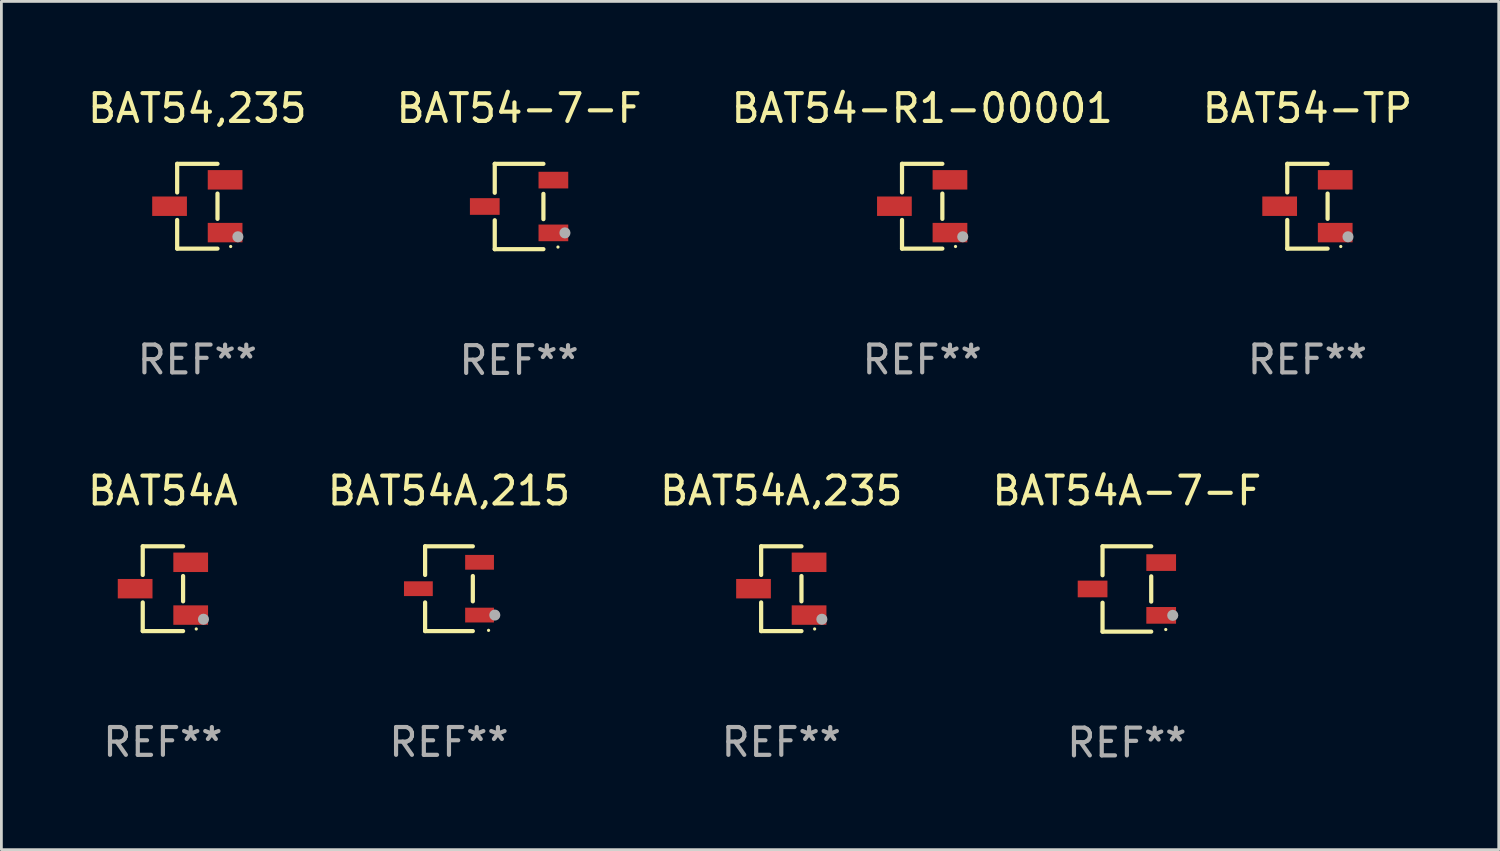
<source format=kicad_pcb>
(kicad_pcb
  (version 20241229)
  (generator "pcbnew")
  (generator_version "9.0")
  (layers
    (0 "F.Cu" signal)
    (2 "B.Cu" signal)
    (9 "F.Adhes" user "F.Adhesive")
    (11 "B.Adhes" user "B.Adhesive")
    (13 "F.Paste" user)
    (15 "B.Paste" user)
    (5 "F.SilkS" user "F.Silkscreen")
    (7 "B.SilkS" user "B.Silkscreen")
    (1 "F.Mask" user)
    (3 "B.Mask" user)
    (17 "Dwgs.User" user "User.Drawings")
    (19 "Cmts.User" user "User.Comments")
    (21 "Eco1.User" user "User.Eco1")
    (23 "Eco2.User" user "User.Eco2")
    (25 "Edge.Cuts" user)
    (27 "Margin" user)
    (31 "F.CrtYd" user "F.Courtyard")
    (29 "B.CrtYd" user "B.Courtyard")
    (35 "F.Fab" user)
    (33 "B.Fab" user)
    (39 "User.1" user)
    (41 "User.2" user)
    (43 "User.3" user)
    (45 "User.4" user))
  (footprint "BAT54A,215"
    (layer "F.Cu")
    (at 13.113 18.143)
    (property "Reference" "BAT54A,215" (at 0 -3.526 0) (layer "F.SilkS") (effects (font (size 1 1) (thickness 0.15))))
    (attr through_hole)
    (fp_line (start -0.859 -1.526) (end -0.859 -0.495) (stroke (width 0.152) (type solid)) (layer "F.SilkS"))
    (fp_line (start -0.859 1.526) (end -0.859 0.495) (stroke (width 0.152) (type solid)) (layer "F.SilkS"))
    (fp_line (start 0.859 -1.526) (end -0.859 -1.526) (stroke (width 0.152) (type solid)) (layer "F.SilkS"))
    (fp_line (start 0.859 -0.455) (end 0.859 0.455) (stroke (width 0.152) (type solid)) (layer "F.SilkS"))
    (fp_line (start 0.859 1.526) (end -0.859 1.526) (stroke (width 0.152) (type solid)) (layer "F.SilkS"))
    (fp_circle (center 1.425 1.5) (end 1.455 1.5) (stroke (width 0.06) (type solid)) (fill no) (layer "F.SilkS"))
    (fp_circle (center 1.65 0.95) (end 1.75 0.95) (stroke (width 0.2) (type solid)) (fill no) (layer "F.Fab"))
    (fp_text user "REF**" (at 0 5.526 0) (layer "F.Fab") (effects (font (size 1 1) (thickness 0.15))))
    (pad "1" smd rect (at 1.101 0.95) (size 1.037 0.532) (layers "F.Cu" "F.Mask" "F.Paste"))
    (pad "2" smd rect (at 1.101 -0.95) (size 1.037 0.532) (layers "F.Cu" "F.Mask" "F.Paste"))
    (pad "3" smd rect (at -1.101 0) (size 1.037 0.532) (layers "F.Cu" "F.Mask" "F.Paste")))
  (footprint "BAT54-7-F"
    (layer "F.Cu")
    (at 15.637 4.384)
    (property "Reference" "BAT54-7-F" (at 0 -3.536 0) (layer "F.SilkS") (effects (font (size 1 1) (thickness 0.15))))
    (attr through_hole)
    (fp_line (start -0.876 -1.536) (end -0.876 -0.495) (stroke (width 0.152) (type solid)) (layer "F.SilkS"))
    (fp_line (start -0.876 1.536) (end -0.876 0.495) (stroke (width 0.152) (type solid)) (layer "F.SilkS"))
    (fp_line (start 0.876 -1.536) (end -0.876 -1.536) (stroke (width 0.152) (type solid)) (layer "F.SilkS"))
    (fp_line (start 0.876 -0.455) (end 0.876 0.455) (stroke (width 0.152) (type solid)) (layer "F.SilkS"))
    (fp_line (start 0.876 1.536) (end -0.876 1.536) (stroke (width 0.152) (type solid)) (layer "F.SilkS"))
    (fp_circle (center 1.4 1.46) (end 1.43 1.46) (stroke (width 0.06) (type solid)) (fill no) (layer "F.SilkS"))
    (fp_circle (center 1.651 0.95) (end 1.751 0.95) (stroke (width 0.2) (type solid)) (fill no) (layer "F.Fab"))
    (fp_text user "REF**" (at 0 5.536 0) (layer "F.Fab") (effects (font (size 1 1) (thickness 0.15))))
    (pad "1" smd rect (at 1.235 0.95) (size 1.07 0.6) (layers "F.Cu" "F.Mask" "F.Paste"))
    (pad "2" smd rect (at 1.235 -0.95) (size 1.07 0.6) (layers "F.Cu" "F.Mask" "F.Paste"))
    (pad "3" smd rect (at -1.235 0) (size 1.07 0.6) (layers "F.Cu" "F.Mask" "F.Paste")))
  (footprint "BAT54-R1-00001"
    (layer "F.Cu")
    (at 30.149 4.374)
    (property "Reference" "BAT54-R1-00001" (at 0 -3.526 0) (layer "F.SilkS") (effects (font (size 1 1) (thickness 0.15))))
    (attr through_hole)
    (fp_line (start -0.726 -1.526) (end -0.726 -0.495) (stroke (width 0.152) (type solid)) (layer "F.SilkS"))
    (fp_line (start -0.726 1.526) (end -0.726 0.495) (stroke (width 0.152) (type solid)) (layer "F.SilkS"))
    (fp_line (start 0.726 -1.526) (end -0.726 -1.526) (stroke (width 0.152) (type solid)) (layer "F.SilkS"))
    (fp_line (start 0.726 -0.455) (end 0.726 0.455) (stroke (width 0.152) (type solid)) (layer "F.SilkS"))
    (fp_line (start 0.726 1.526) (end -0.726 1.526) (stroke (width 0.152) (type solid)) (layer "F.SilkS"))
    (fp_circle (center 1.2 1.45) (end 1.23 1.45) (stroke (width 0.06) (type solid)) (fill no) (layer "F.SilkS"))
    (fp_circle (center 1.46 1.1) (end 1.56 1.1) (stroke (width 0.2) (type solid)) (fill no) (layer "F.Fab"))
    (fp_text user "REF**" (at 0 5.526 0) (layer "F.Fab") (effects (font (size 1 1) (thickness 0.15))))
    (pad "1" smd rect (at 1 0.95) (size 1.25 0.7) (layers "F.Cu" "F.Mask" "F.Paste"))
    (pad "2" smd rect (at 1 -0.95) (size 1.25 0.7) (layers "F.Cu" "F.Mask" "F.Paste"))
    (pad "3" smd rect (at -1 0) (size 1.25 0.7) (layers "F.Cu" "F.Mask" "F.Paste")))
  (footprint "BAT54A"
    (layer "F.Cu")
    (at 2.815 18.143)
    (property "Reference" "BAT54A" (at 0 -3.526 0) (layer "F.SilkS") (effects (font (size 1 1) (thickness 0.15))))
    (attr through_hole)
    (fp_line (start -0.726 -1.526) (end -0.726 -0.495) (stroke (width 0.152) (type solid)) (layer "F.SilkS"))
    (fp_line (start -0.726 1.526) (end -0.726 0.495) (stroke (width 0.152) (type solid)) (layer "F.SilkS"))
    (fp_line (start 0.726 -1.526) (end -0.726 -1.526) (stroke (width 0.152) (type solid)) (layer "F.SilkS"))
    (fp_line (start 0.726 -0.455) (end 0.726 0.455) (stroke (width 0.152) (type solid)) (layer "F.SilkS"))
    (fp_line (start 0.726 1.526) (end -0.726 1.526) (stroke (width 0.152) (type solid)) (layer "F.SilkS"))
    (fp_circle (center 1.2 1.45) (end 1.23 1.45) (stroke (width 0.06) (type solid)) (fill no) (layer "F.SilkS"))
    (fp_circle (center 1.46 1.1) (end 1.56 1.1) (stroke (width 0.2) (type solid)) (fill no) (layer "F.Fab"))
    (fp_text user "REF**" (at 0 5.526 0) (layer "F.Fab") (effects (font (size 1 1) (thickness 0.15))))
    (pad "1" smd rect (at 1 0.95) (size 1.25 0.7) (layers "F.Cu" "F.Mask" "F.Paste"))
    (pad "2" smd rect (at 1 -0.95) (size 1.25 0.7) (layers "F.Cu" "F.Mask" "F.Paste"))
    (pad "3" smd rect (at -1 0) (size 1.25 0.7) (layers "F.Cu" "F.Mask" "F.Paste")))
  (footprint "BAT54-TP"
    (layer "F.Cu")
    (at 44.018 4.374)
    (property "Reference" "BAT54-TP" (at 0 -3.526 0) (layer "F.SilkS") (effects (font (size 1 1) (thickness 0.15))))
    (attr through_hole)
    (fp_line (start -0.726 -1.526) (end -0.726 -0.495) (stroke (width 0.152) (type solid)) (layer "F.SilkS"))
    (fp_line (start -0.726 1.526) (end -0.726 0.495) (stroke (width 0.152) (type solid)) (layer "F.SilkS"))
    (fp_line (start 0.726 -1.526) (end -0.726 -1.526) (stroke (width 0.152) (type solid)) (layer "F.SilkS"))
    (fp_line (start 0.726 -0.455) (end 0.726 0.455) (stroke (width 0.152) (type solid)) (layer "F.SilkS"))
    (fp_line (start 0.726 1.526) (end -0.726 1.526) (stroke (width 0.152) (type solid)) (layer "F.SilkS"))
    (fp_circle (center 1.2 1.45) (end 1.23 1.45) (stroke (width 0.06) (type solid)) (fill no) (layer "F.SilkS"))
    (fp_circle (center 1.46 1.1) (end 1.56 1.1) (stroke (width 0.2) (type solid)) (fill no) (layer "F.Fab"))
    (fp_text user "REF**" (at 0 5.526 0) (layer "F.Fab") (effects (font (size 1 1) (thickness 0.15))))
    (pad "1" smd rect (at 1 0.95) (size 1.25 0.7) (layers "F.Cu" "F.Mask" "F.Paste"))
    (pad "2" smd rect (at 1 -0.95) (size 1.25 0.7) (layers "F.Cu" "F.Mask" "F.Paste"))
    (pad "3" smd rect (at -1 0) (size 1.25 0.7) (layers "F.Cu" "F.Mask" "F.Paste")))
  (footprint "BAT54,235"
    (layer "F.Cu")
    (at 4.054 4.374)
    (property "Reference" "BAT54,235" (at 0 -3.526 0) (layer "F.SilkS") (effects (font (size 1 1) (thickness 0.15))))
    (attr through_hole)
    (fp_line (start -0.726 -1.526) (end -0.726 -0.495) (stroke (width 0.152) (type solid)) (layer "F.SilkS"))
    (fp_line (start -0.726 1.526) (end -0.726 0.495) (stroke (width 0.152) (type solid)) (layer "F.SilkS"))
    (fp_line (start 0.726 -1.526) (end -0.726 -1.526) (stroke (width 0.152) (type solid)) (layer "F.SilkS"))
    (fp_line (start 0.726 -0.455) (end 0.726 0.455) (stroke (width 0.152) (type solid)) (layer "F.SilkS"))
    (fp_line (start 0.726 1.526) (end -0.726 1.526) (stroke (width 0.152) (type solid)) (layer "F.SilkS"))
    (fp_circle (center 1.2 1.45) (end 1.23 1.45) (stroke (width 0.06) (type solid)) (fill no) (layer "F.SilkS"))
    (fp_circle (center 1.46 1.1) (end 1.56 1.1) (stroke (width 0.2) (type solid)) (fill no) (layer "F.Fab"))
    (fp_text user "REF**" (at 0 5.526 0) (layer "F.Fab") (effects (font (size 1 1) (thickness 0.15))))
    (pad "1" smd rect (at 1 0.95) (size 1.25 0.7) (layers "F.Cu" "F.Mask" "F.Paste"))
    (pad "2" smd rect (at 1 -0.95) (size 1.25 0.7) (layers "F.Cu" "F.Mask" "F.Paste"))
    (pad "3" smd rect (at -1 0) (size 1.25 0.7) (layers "F.Cu" "F.Mask" "F.Paste")))
  (footprint "BAT54A,235"
    (layer "F.Cu")
    (at 25.077 18.143)
    (property "Reference" "BAT54A,235" (at 0 -3.526 0) (layer "F.SilkS") (effects (font (size 1 1) (thickness 0.15))))
    (attr through_hole)
    (fp_line (start -0.726 -1.526) (end -0.726 -0.495) (stroke (width 0.152) (type solid)) (layer "F.SilkS"))
    (fp_line (start -0.726 1.526) (end -0.726 0.495) (stroke (width 0.152) (type solid)) (layer "F.SilkS"))
    (fp_line (start 0.726 -1.526) (end -0.726 -1.526) (stroke (width 0.152) (type solid)) (layer "F.SilkS"))
    (fp_line (start 0.726 -0.455) (end 0.726 0.455) (stroke (width 0.152) (type solid)) (layer "F.SilkS"))
    (fp_line (start 0.726 1.526) (end -0.726 1.526) (stroke (width 0.152) (type solid)) (layer "F.SilkS"))
    (fp_circle (center 1.2 1.45) (end 1.23 1.45) (stroke (width 0.06) (type solid)) (fill no) (layer "F.SilkS"))
    (fp_circle (center 1.46 1.1) (end 1.56 1.1) (stroke (width 0.2) (type solid)) (fill no) (layer "F.Fab"))
    (fp_text user "REF**" (at 0 5.526 0) (layer "F.Fab") (effects (font (size 1 1) (thickness 0.15))))
    (pad "1" smd rect (at 1 0.95) (size 1.25 0.7) (layers "F.Cu" "F.Mask" "F.Paste"))
    (pad "2" smd rect (at 1 -0.95) (size 1.25 0.7) (layers "F.Cu" "F.Mask" "F.Paste"))
    (pad "3" smd rect (at -1 0) (size 1.25 0.7) (layers "F.Cu" "F.Mask" "F.Paste")))
  (footprint "BAT54A-7-F"
    (layer "F.Cu")
    (at 37.518 18.153)
    (property "Reference" "BAT54A-7-F" (at 0 -3.536 0) (layer "F.SilkS") (effects (font (size 1 1) (thickness 0.15))))
    (attr through_hole)
    (fp_line (start -0.876 -1.536) (end -0.876 -0.495) (stroke (width 0.152) (type solid)) (layer "F.SilkS"))
    (fp_line (start -0.876 1.536) (end -0.876 0.495) (stroke (width 0.152) (type solid)) (layer "F.SilkS"))
    (fp_line (start 0.876 -1.536) (end -0.876 -1.536) (stroke (width 0.152) (type solid)) (layer "F.SilkS"))
    (fp_line (start 0.876 -0.455) (end 0.876 0.455) (stroke (width 0.152) (type solid)) (layer "F.SilkS"))
    (fp_line (start 0.876 1.536) (end -0.876 1.536) (stroke (width 0.152) (type solid)) (layer "F.SilkS"))
    (fp_circle (center 1.4 1.46) (end 1.43 1.46) (stroke (width 0.06) (type solid)) (fill no) (layer "F.SilkS"))
    (fp_circle (center 1.651 0.95) (end 1.751 0.95) (stroke (width 0.2) (type solid)) (fill no) (layer "F.Fab"))
    (fp_text user "REF**" (at 0 5.536 0) (layer "F.Fab") (effects (font (size 1 1) (thickness 0.15))))
    (pad "1" smd rect (at 1.235 0.95) (size 1.07 0.6) (layers "F.Cu" "F.Mask" "F.Paste"))
    (pad "2" smd rect (at 1.235 -0.95) (size 1.07 0.6) (layers "F.Cu" "F.Mask" "F.Paste"))
    (pad "3" smd rect (at -1.235 0) (size 1.07 0.6) (layers "F.Cu" "F.Mask" "F.Paste")))
  (gr_rect
    (start -3 -3)
    (end 50.905 27.538)
    (stroke (width 0.1) (type default))
    (fill no)
    (layer "Edge.Cuts")))
</source>
